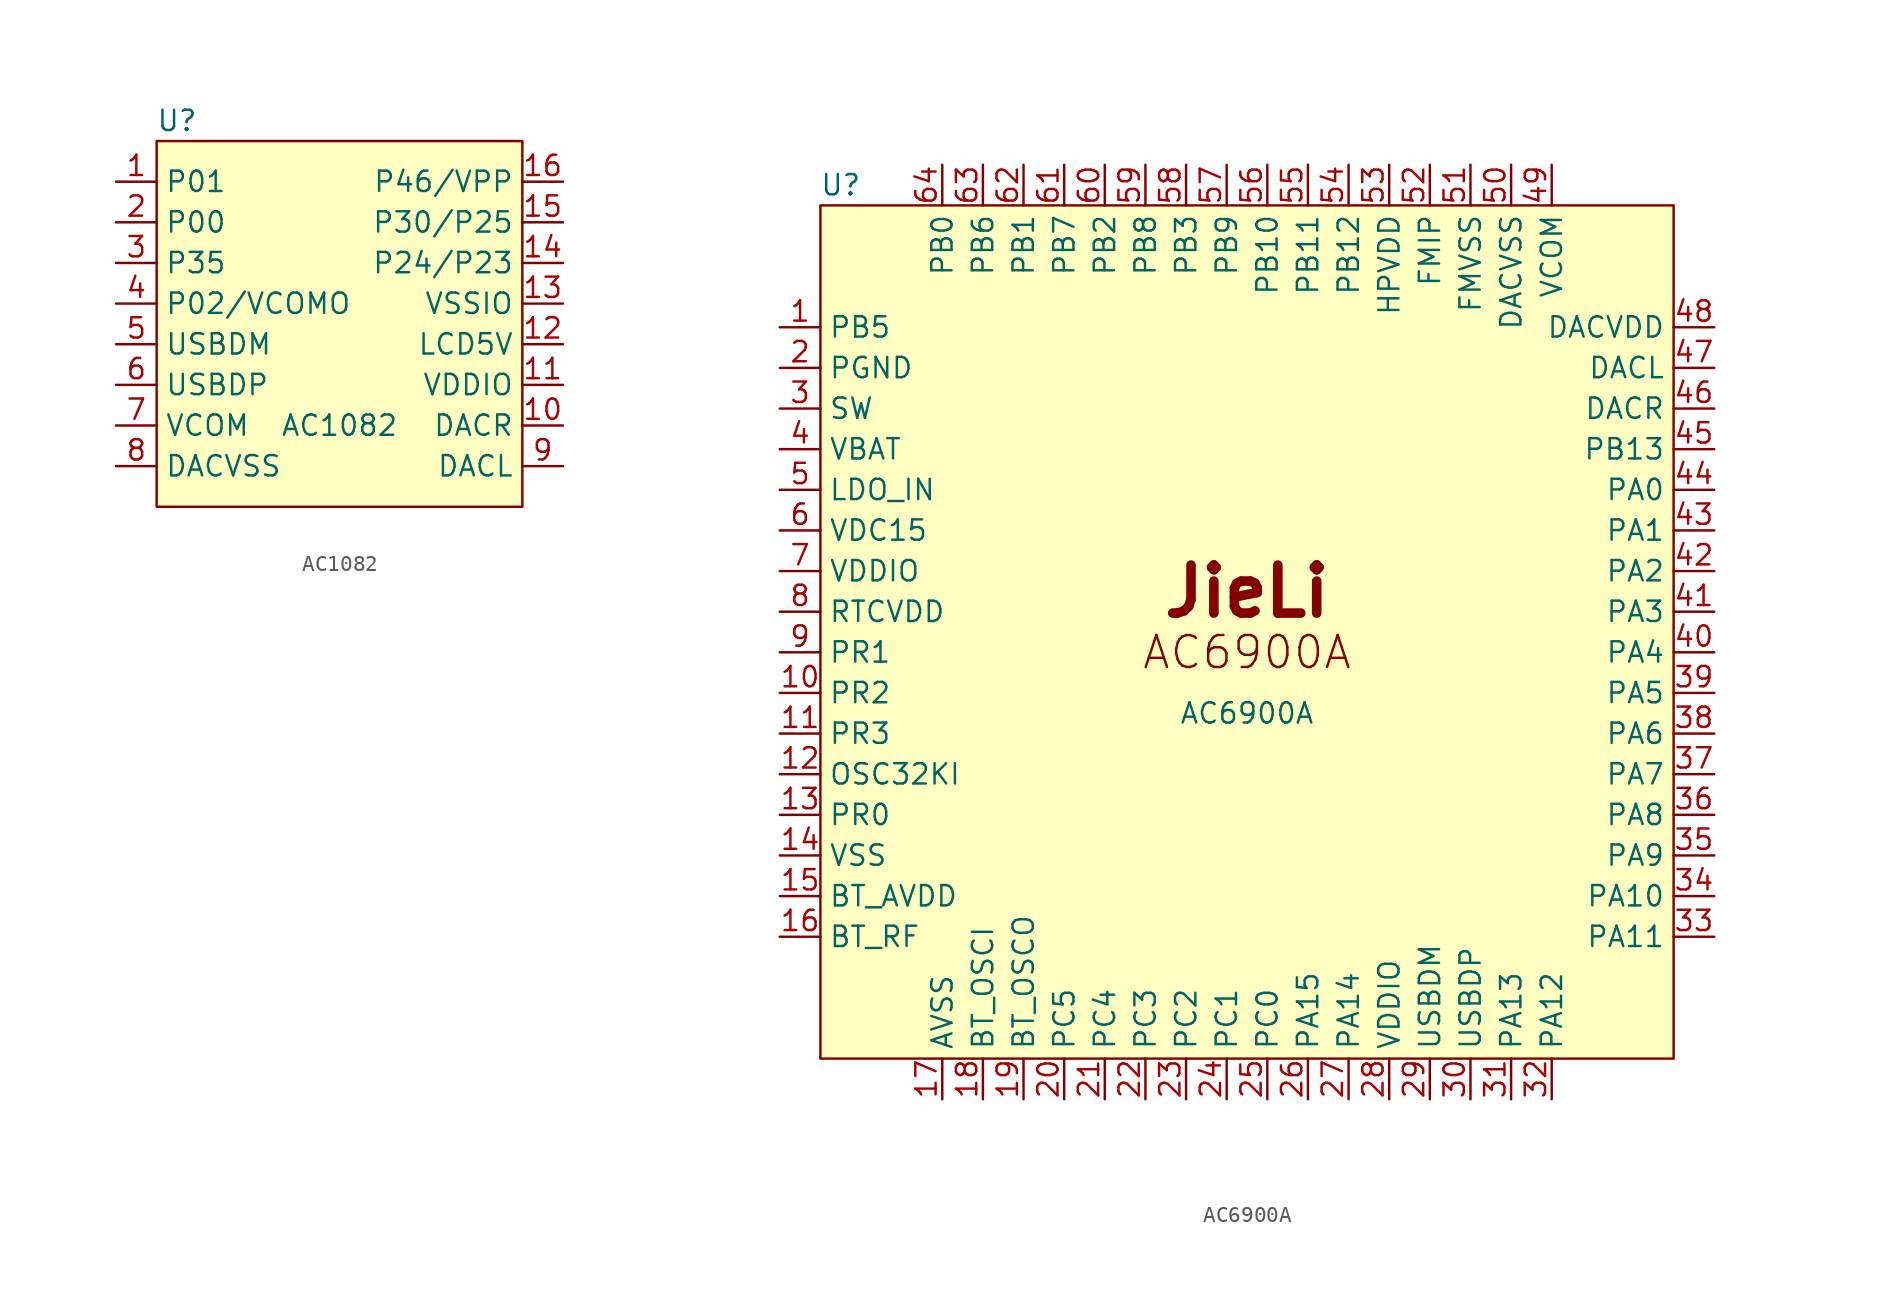
<source format=kicad_sym>
(kicad_symbol_lib
  (version 20211014)
  (generator kicad_symbol_editor)
  (symbol "AC1082"
    (property "Reference" "U"
      (at -10.16 12.7 0)
      (effects (font (size 1.27 1.27))))
    (property "Value" "AC1082"
      (at 0 -6.35 0)
      (effects (font (size 1.27 1.27))))
    (symbol "AC1082_0_0"
      (rectangle (start -11.43 11.43) (end 11.43 -11.43) (stroke (width 0.152) (type default) (color 0 0 0 0)) (fill (type background))))
    (symbol "AC1082_1_1"
      (pin bidirectional line (at -13.97 8.89 0) (length 2.54) (name "P01" (effects (font (size 1.27 1.27)))) (number "1" (effects (font (size 1.27 1.27)))))
      (pin output line (at 13.97 -6.35 180) (length 2.54) (name "DACR" (effects (font (size 1.27 1.27)))) (number "10" (effects (font (size 1.27 1.27)))))
      (pin power_out line (at 13.97 -3.81 180) (length 2.54) (name "VDDIO" (effects (font (size 1.27 1.27)))) (number "11" (effects (font (size 1.27 1.27)))))
      (pin power_in line (at 13.97 -1.27 180) (length 2.54) (name "LCD5V" (effects (font (size 1.27 1.27)))) (number "12" (effects (font (size 1.27 1.27)))))
      (pin power_in line (at 13.97 1.27 180) (length 2.54) (name "VSSIO" (effects (font (size 1.27 1.27)))) (number "13" (effects (font (size 1.27 1.27)))))
      (pin bidirectional line (at 13.97 3.81 180) (length 2.54) (name "P24/P23" (effects (font (size 1.27 1.27)))) (number "14" (effects (font (size 1.27 1.27)))))
      (pin bidirectional line (at 13.97 6.35 180) (length 2.54) (name "P30/P25" (effects (font (size 1.27 1.27)))) (number "15" (effects (font (size 1.27 1.27)))))
      (pin bidirectional line (at 13.97 8.89 180) (length 2.54) (name "P46/VPP" (effects (font (size 1.27 1.27)))) (number "16" (effects (font (size 1.27 1.27)))))
      (pin bidirectional line (at -13.97 6.35 0) (length 2.54) (name "P00" (effects (font (size 1.27 1.27)))) (number "2" (effects (font (size 1.27 1.27)))))
      (pin bidirectional line (at -13.97 3.81 0) (length 2.54) (name "P35" (effects (font (size 1.27 1.27)))) (number "3" (effects (font (size 1.27 1.27)))))
      (pin bidirectional line (at -13.97 1.27 0) (length 2.54) (name "P02/VCOMO" (effects (font (size 1.27 1.27)))) (number "4" (effects (font (size 1.27 1.27)))))
      (pin bidirectional line (at -13.97 -1.27 0) (length 2.54) (name "USBDM" (effects (font (size 1.27 1.27)))) (number "5" (effects (font (size 1.27 1.27)))))
      (pin bidirectional line (at -13.97 -3.81 0) (length 2.54) (name "USBDP" (effects (font (size 1.27 1.27)))) (number "6" (effects (font (size 1.27 1.27)))))
      (pin power_out line (at -13.97 -6.35 0) (length 2.54) (name "VCOM" (effects (font (size 1.27 1.27)))) (number "7" (effects (font (size 1.27 1.27)))))
      (pin power_in line (at -13.97 -8.89 0) (length 2.54) (name "DACVSS" (effects (font (size 1.27 1.27)))) (number "8" (effects (font (size 1.27 1.27)))))
      (pin output line (at 13.97 -8.89 180) (length 2.54) (name "DACL" (effects (font (size 1.27 1.27)))) (number "9" (effects (font (size 1.27 1.27)))))))
  (symbol "AC6900A"
    (property "Reference" "U"
      (at -25.4 27.94 0)
      (effects (font (size 1.27 1.27))))
    (property "Value" "AC6900A"
      (at 0 -5.08 0)
      (effects (font (size 1.27 1.27))))
    (symbol "AC6900A_0_0"
      (rectangle (start -26.67 26.67) (end 26.67 -26.67) (stroke (width 0.152) (type default) (color 0 0 0 0)) (fill (type background)))
      (text "" (at -29.21 11.43 0) (effects (font (size 1.27 1.27))))
      (text "" (at 27.94 -19.05 0) (effects (font (size 1.27 1.27))))
      (text "AC6900A" (at 0 -1.27 0) (effects (font (size 2 2))))
      (text "JieLi" (at 0 2.54 0) (effects (font (size 3 3) bold))))
    (symbol "AC6900A_1_1"
      (pin bidirectional line (at -29.21 19.05 0) (length 2.54) (name "PB5" (effects (font (size 1.27 1.27)))) (number "1" (effects (font (size 1.27 1.27)))))
      (pin bidirectional line (at -29.21 -3.81 0) (length 2.54) (name "PR2" (effects (font (size 1.27 1.27)))) (number "10" (effects (font (size 1.27 1.27)))))
      (pin bidirectional line (at -29.21 -6.35 0) (length 2.54) (name "PR3" (effects (font (size 1.27 1.27)))) (number "11" (effects (font (size 1.27 1.27)))))
      (pin bidirectional line (at -29.21 -8.89 0) (length 2.54) (name "OSC32KI" (effects (font (size 1.27 1.27)))) (number "12" (effects (font (size 1.27 1.27)))))
      (pin bidirectional line (at -29.21 -11.43 0) (length 2.54) (name "PR0" (effects (font (size 1.27 1.27)))) (number "13" (effects (font (size 1.27 1.27)))))
      (pin power_in line (at -29.21 -13.97 0) (length 2.54) (name "VSS" (effects (font (size 1.27 1.27)))) (number "14" (effects (font (size 1.27 1.27)))))
      (pin power_out line (at -29.21 -16.51 0) (length 2.54) (name "BT_AVDD" (effects (font (size 1.27 1.27)))) (number "15" (effects (font (size 1.27 1.27)))))
      (pin passive line (at -29.21 -19.05 0) (length 2.54) (name "BT_RF" (effects (font (size 1.27 1.27)))) (number "16" (effects (font (size 1.27 1.27)))))
      (pin power_in line (at -19.05 -29.21 90) (length 2.54) (name "AVSS" (effects (font (size 1.27 1.27)))) (number "17" (effects (font (size 1.27 1.27)))))
      (pin input line (at -16.51 -29.21 90) (length 2.54) (name "BT_OSCI" (effects (font (size 1.27 1.27)))) (number "18" (effects (font (size 1.27 1.27)))))
      (pin output line (at -13.97 -29.21 90) (length 2.54) (name "BT_OSCO" (effects (font (size 1.27 1.27)))) (number "19" (effects (font (size 1.27 1.27)))))
      (pin power_in line (at -29.21 16.51 0) (length 2.54) (name "PGND" (effects (font (size 1.27 1.27)))) (number "2" (effects (font (size 1.27 1.27)))))
      (pin bidirectional line (at -11.43 -29.21 90) (length 2.54) (name "PC5" (effects (font (size 1.27 1.27)))) (number "20" (effects (font (size 1.27 1.27)))))
      (pin bidirectional line (at -8.89 -29.21 90) (length 2.54) (name "PC4" (effects (font (size 1.27 1.27)))) (number "21" (effects (font (size 1.27 1.27)))))
      (pin bidirectional line (at -6.35 -29.21 90) (length 2.54) (name "PC3" (effects (font (size 1.27 1.27)))) (number "22" (effects (font (size 1.27 1.27)))))
      (pin bidirectional line (at -3.81 -29.21 90) (length 2.54) (name "PC2" (effects (font (size 1.27 1.27)))) (number "23" (effects (font (size 1.27 1.27)))))
      (pin bidirectional line (at -1.27 -29.21 90) (length 2.54) (name "PC1" (effects (font (size 1.27 1.27)))) (number "24" (effects (font (size 1.27 1.27)))))
      (pin bidirectional line (at 1.27 -29.21 90) (length 2.54) (name "PC0" (effects (font (size 1.27 1.27)))) (number "25" (effects (font (size 1.27 1.27)))))
      (pin bidirectional line (at 3.81 -29.21 90) (length 2.54) (name "PA15" (effects (font (size 1.27 1.27)))) (number "26" (effects (font (size 1.27 1.27)))))
      (pin bidirectional line (at 6.35 -29.21 90) (length 2.54) (name "PA14" (effects (font (size 1.27 1.27)))) (number "27" (effects (font (size 1.27 1.27)))))
      (pin power_out line (at 8.89 -29.21 90) (length 2.54) (name "VDDIO" (effects (font (size 1.27 1.27)))) (number "28" (effects (font (size 1.27 1.27)))))
      (pin bidirectional line (at 11.43 -29.21 90) (length 2.54) (name "USBDM" (effects (font (size 1.27 1.27)))) (number "29" (effects (font (size 1.27 1.27)))))
      (pin power_out line (at -29.21 13.97 0) (length 2.54) (name "SW" (effects (font (size 1.27 1.27)))) (number "3" (effects (font (size 1.27 1.27)))))
      (pin bidirectional line (at 13.97 -29.21 90) (length 2.54) (name "USBDP" (effects (font (size 1.27 1.27)))) (number "30" (effects (font (size 1.27 1.27)))))
      (pin bidirectional line (at 16.51 -29.21 90) (length 2.54) (name "PA13" (effects (font (size 1.27 1.27)))) (number "31" (effects (font (size 1.27 1.27)))))
      (pin bidirectional line (at 19.05 -29.21 90) (length 2.54) (name "PA12" (effects (font (size 1.27 1.27)))) (number "32" (effects (font (size 1.27 1.27)))))
      (pin bidirectional line (at 29.21 -19.05 180) (length 2.54) (name "PA11" (effects (font (size 1.27 1.27)))) (number "33" (effects (font (size 1.27 1.27)))))
      (pin bidirectional line (at 29.21 -16.51 180) (length 2.54) (name "PA10" (effects (font (size 1.27 1.27)))) (number "34" (effects (font (size 1.27 1.27)))))
      (pin bidirectional line (at 29.21 -13.97 180) (length 2.54) (name "PA9" (effects (font (size 1.27 1.27)))) (number "35" (effects (font (size 1.27 1.27)))))
      (pin bidirectional line (at 29.21 -11.43 180) (length 2.54) (name "PA8" (effects (font (size 1.27 1.27)))) (number "36" (effects (font (size 1.27 1.27)))))
      (pin bidirectional line (at 29.21 -8.89 180) (length 2.54) (name "PA7" (effects (font (size 1.27 1.27)))) (number "37" (effects (font (size 1.27 1.27)))))
      (pin bidirectional line (at 29.21 -6.35 180) (length 2.54) (name "PA6" (effects (font (size 1.27 1.27)))) (number "38" (effects (font (size 1.27 1.27)))))
      (pin bidirectional line (at 29.21 -3.81 180) (length 2.54) (name "PA5" (effects (font (size 1.27 1.27)))) (number "39" (effects (font (size 1.27 1.27)))))
      (pin power_in line (at -29.21 11.43 0) (length 2.54) (name "VBAT" (effects (font (size 1.27 1.27)))) (number "4" (effects (font (size 1.27 1.27)))))
      (pin bidirectional line (at 29.21 -1.27 180) (length 2.54) (name "PA4" (effects (font (size 1.27 1.27)))) (number "40" (effects (font (size 1.27 1.27)))))
      (pin bidirectional line (at 29.21 1.27 180) (length 2.54) (name "PA3" (effects (font (size 1.27 1.27)))) (number "41" (effects (font (size 1.27 1.27)))))
      (pin bidirectional line (at 29.21 3.81 180) (length 2.54) (name "PA2" (effects (font (size 1.27 1.27)))) (number "42" (effects (font (size 1.27 1.27)))))
      (pin bidirectional line (at 29.21 6.35 180) (length 2.54) (name "PA1" (effects (font (size 1.27 1.27)))) (number "43" (effects (font (size 1.27 1.27)))))
      (pin bidirectional line (at 29.21 8.89 180) (length 2.54) (name "PA0" (effects (font (size 1.27 1.27)))) (number "44" (effects (font (size 1.27 1.27)))))
      (pin bidirectional line (at 29.21 11.43 180) (length 2.54) (name "PB13" (effects (font (size 1.27 1.27)))) (number "45" (effects (font (size 1.27 1.27)))))
      (pin output line (at 29.21 13.97 180) (length 2.54) (name "DACR" (effects (font (size 1.27 1.27)))) (number "46" (effects (font (size 1.27 1.27)))))
      (pin output line (at 29.21 16.51 180) (length 2.54) (name "DACL" (effects (font (size 1.27 1.27)))) (number "47" (effects (font (size 1.27 1.27)))))
      (pin power_out line (at 29.21 19.05 180) (length 2.54) (name "DACVDD" (effects (font (size 1.27 1.27)))) (number "48" (effects (font (size 1.27 1.27)))))
      (pin power_out line (at 19.05 29.21 270) (length 2.54) (name "VCOM" (effects (font (size 1.27 1.27)))) (number "49" (effects (font (size 1.27 1.27)))))
      (pin power_in line (at -29.21 8.89 0) (length 2.54) (name "LDO_IN" (effects (font (size 1.27 1.27)))) (number "5" (effects (font (size 1.27 1.27)))))
      (pin power_in line (at 16.51 29.21 270) (length 2.54) (name "DACVSS" (effects (font (size 1.27 1.27)))) (number "50" (effects (font (size 1.27 1.27)))))
      (pin power_in line (at 13.97 29.21 270) (length 2.54) (name "FMVSS" (effects (font (size 1.27 1.27)))) (number "51" (effects (font (size 1.27 1.27)))))
      (pin input line (at 11.43 29.21 270) (length 2.54) (name "FMIP" (effects (font (size 1.27 1.27)))) (number "52" (effects (font (size 1.27 1.27)))))
      (pin power_out line (at 8.89 29.21 270) (length 2.54) (name "HPVDD" (effects (font (size 1.27 1.27)))) (number "53" (effects (font (size 1.27 1.27)))))
      (pin bidirectional line (at 6.35 29.21 270) (length 2.54) (name "PB12" (effects (font (size 1.27 1.27)))) (number "54" (effects (font (size 1.27 1.27)))))
      (pin bidirectional line (at 3.81 29.21 270) (length 2.54) (name "PB11" (effects (font (size 1.27 1.27)))) (number "55" (effects (font (size 1.27 1.27)))))
      (pin bidirectional line (at 1.27 29.21 270) (length 2.54) (name "PB10" (effects (font (size 1.27 1.27)))) (number "56" (effects (font (size 1.27 1.27)))))
      (pin bidirectional line (at -1.27 29.21 270) (length 2.54) (name "PB9" (effects (font (size 1.27 1.27)))) (number "57" (effects (font (size 1.27 1.27)))))
      (pin bidirectional line (at -3.81 29.21 270) (length 2.54) (name "PB3" (effects (font (size 1.27 1.27)))) (number "58" (effects (font (size 1.27 1.27)))))
      (pin bidirectional line (at -6.35 29.21 270) (length 2.54) (name "PB8" (effects (font (size 1.27 1.27)))) (number "59" (effects (font (size 1.27 1.27)))))
      (pin power_out line (at -29.21 6.35 0) (length 2.54) (name "VDC15" (effects (font (size 1.27 1.27)))) (number "6" (effects (font (size 1.27 1.27)))))
      (pin bidirectional line (at -8.89 29.21 270) (length 2.54) (name "PB2" (effects (font (size 1.27 1.27)))) (number "60" (effects (font (size 1.27 1.27)))))
      (pin bidirectional line (at -11.43 29.21 270) (length 2.54) (name "PB7" (effects (font (size 1.27 1.27)))) (number "61" (effects (font (size 1.27 1.27)))))
      (pin bidirectional line (at -13.97 29.21 270) (length 2.54) (name "PB1" (effects (font (size 1.27 1.27)))) (number "62" (effects (font (size 1.27 1.27)))))
      (pin bidirectional line (at -16.51 29.21 270) (length 2.54) (name "PB6" (effects (font (size 1.27 1.27)))) (number "63" (effects (font (size 1.27 1.27)))))
      (pin bidirectional line (at -19.05 29.21 270) (length 2.54) (name "PB0" (effects (font (size 1.27 1.27)))) (number "64" (effects (font (size 1.27 1.27)))))
      (pin power_out line (at -29.21 3.81 0) (length 2.54) (name "VDDIO" (effects (font (size 1.27 1.27)))) (number "7" (effects (font (size 1.27 1.27)))))
      (pin power_out line (at -29.21 1.27 0) (length 2.54) (name "RTCVDD" (effects (font (size 1.27 1.27)))) (number "8" (effects (font (size 1.27 1.27)))))
      (pin bidirectional line (at -29.21 -1.27 0) (length 2.54) (name "PR1" (effects (font (size 1.27 1.27)))) (number "9" (effects (font (size 1.27 1.27))))))))
</source>
